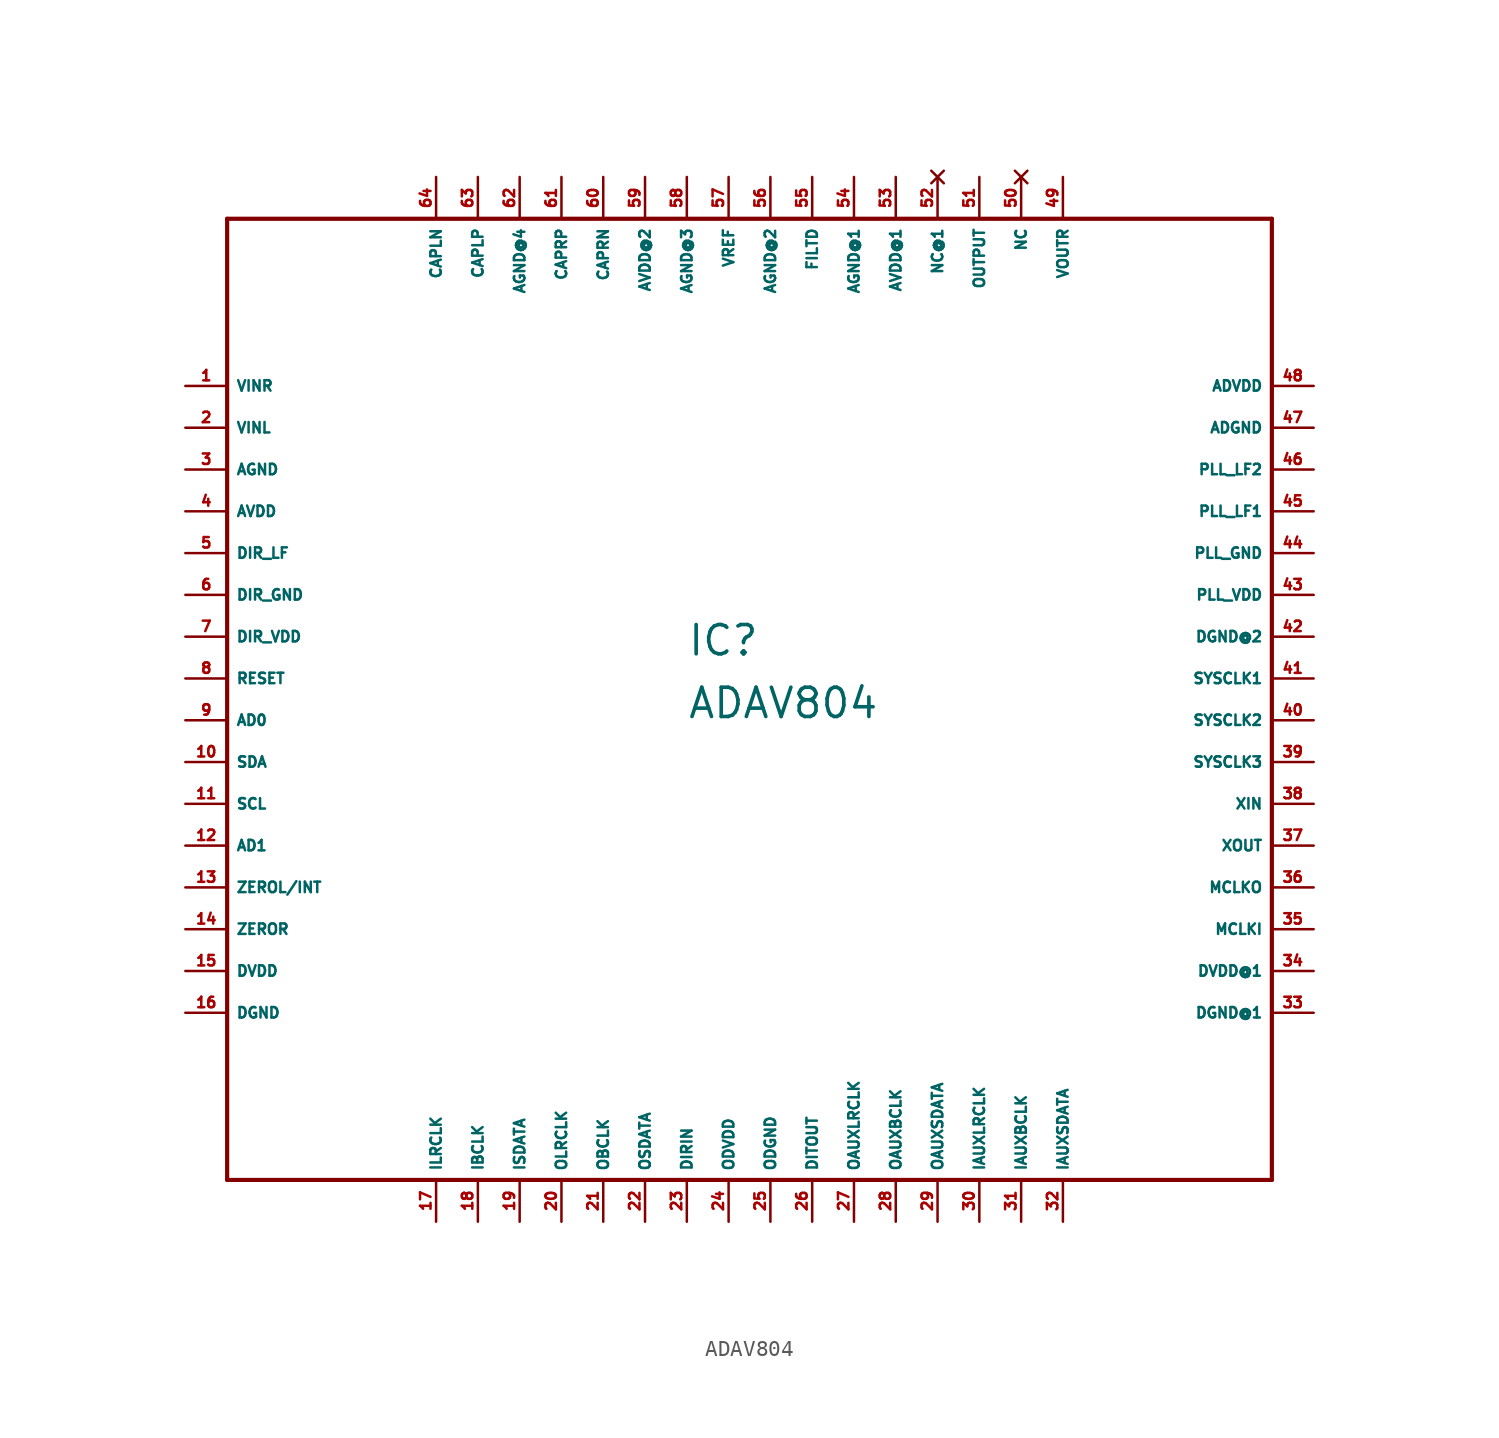
<source format=kicad_sym>
(kicad_symbol_lib
  (version 20220914)
  (generator Eagle2Kicad)
  (symbol "ADAV804"
    (property "Reference" "IC"
      (at -5.08 1.27 0)
      (effects (font (size 1.778 1.778) (thickness 0.22)) (justify left bottom)))
    (property "Value" "ADAV804"
      (at -5.08 -2.54 0)
      (effects (font (size 1.778 1.778) (thickness 0.22)) (justify left bottom)))
    (polyline
      (pts (xy -33.02 -30.48) (xy 30.48 -30.48))
      (stroke (width 0.254) (type default))
      (fill (type none)))
    (polyline
      (pts (xy 30.48 -30.48) (xy 30.48 27.94))
      (stroke (width 0.254) (type default))
      (fill (type none)))
    (polyline
      (pts (xy 30.48 27.94) (xy -33.02 27.94))
      (stroke (width 0.254) (type default))
      (fill (type none)))
    (polyline
      (pts (xy -33.02 27.94) (xy -33.02 -30.48))
      (stroke (width 0.254) (type default))
      (fill (type none)))
    (pin input line
      (at -35.56 17.78 0)
      (length 2.54)
      (name "VINR" (effects (font (size 0.635 0.635) (thickness 0.08)) (justify left bottom)))
      (number "1" (effects (font (size 0.635 0.635) (thickness 0.08)) (justify left bottom))))
    (pin input line
      (at -35.56 15.24 0)
      (length 2.54)
      (name "VINL" (effects (font (size 0.635 0.635) (thickness 0.08)) (justify left bottom)))
      (number "2" (effects (font (size 0.635 0.635) (thickness 0.08)) (justify left bottom))))
    (pin unspecified line
      (at -35.56 12.7 0)
      (length 2.54)
      (name "AGND" (effects (font (size 0.635 0.635) (thickness 0.08)) (justify left bottom)))
      (number "3" (effects (font (size 0.635 0.635) (thickness 0.08)) (justify left bottom))))
    (pin unspecified line
      (at -35.56 10.16 0)
      (length 2.54)
      (name "AVDD" (effects (font (size 0.635 0.635) (thickness 0.08)) (justify left bottom)))
      (number "4" (effects (font (size 0.635 0.635) (thickness 0.08)) (justify left bottom))))
    (pin input line
      (at -35.56 7.62 0)
      (length 2.54)
      (name "DIR_LF" (effects (font (size 0.635 0.635) (thickness 0.08)) (justify left bottom)))
      (number "5" (effects (font (size 0.635 0.635) (thickness 0.08)) (justify left bottom))))
    (pin input line
      (at -35.56 5.08 0)
      (length 2.54)
      (name "DIR_GND" (effects (font (size 0.635 0.635) (thickness 0.08)) (justify left bottom)))
      (number "6" (effects (font (size 0.635 0.635) (thickness 0.08)) (justify left bottom))))
    (pin input line
      (at -35.56 2.54 0)
      (length 2.54)
      (name "DIR_VDD" (effects (font (size 0.635 0.635) (thickness 0.08)) (justify left bottom)))
      (number "7" (effects (font (size 0.635 0.635) (thickness 0.08)) (justify left bottom))))
    (pin input line
      (at -35.56 0 0)
      (length 2.54)
      (name "RESET" (effects (font (size 0.635 0.635) (thickness 0.08)) (justify left bottom)))
      (number "8" (effects (font (size 0.635 0.635) (thickness 0.08)) (justify left bottom))))
    (pin input line
      (at -35.56 -2.54 0)
      (length 2.54)
      (name "AD0" (effects (font (size 0.635 0.635) (thickness 0.08)) (justify left bottom)))
      (number "9" (effects (font (size 0.635 0.635) (thickness 0.08)) (justify left bottom))))
    (pin bidirectional line
      (at -35.56 -5.08 0)
      (length 2.54)
      (name "SDA" (effects (font (size 0.635 0.635) (thickness 0.08)) (justify left bottom)))
      (number "10" (effects (font (size 0.635 0.635) (thickness 0.08)) (justify left bottom))))
    (pin input line
      (at -35.56 -7.62 0)
      (length 2.54)
      (name "SCL" (effects (font (size 0.635 0.635) (thickness 0.08)) (justify left bottom)))
      (number "11" (effects (font (size 0.635 0.635) (thickness 0.08)) (justify left bottom))))
    (pin input line
      (at -35.56 -10.16 0)
      (length 2.54)
      (name "AD1" (effects (font (size 0.635 0.635) (thickness 0.08)) (justify left bottom)))
      (number "12" (effects (font (size 0.635 0.635) (thickness 0.08)) (justify left bottom))))
    (pin output line
      (at -35.56 -12.7 0)
      (length 2.54)
      (name "ZEROL/INT" (effects (font (size 0.635 0.635) (thickness 0.08)) (justify left bottom)))
      (number "13" (effects (font (size 0.635 0.635) (thickness 0.08)) (justify left bottom))))
    (pin output line
      (at -35.56 -15.24 0)
      (length 2.54)
      (name "ZEROR" (effects (font (size 0.635 0.635) (thickness 0.08)) (justify left bottom)))
      (number "14" (effects (font (size 0.635 0.635) (thickness 0.08)) (justify left bottom))))
    (pin unspecified line
      (at -35.56 -17.78 0)
      (length 2.54)
      (name "DVDD" (effects (font (size 0.635 0.635) (thickness 0.08)) (justify left bottom)))
      (number "15" (effects (font (size 0.635 0.635) (thickness 0.08)) (justify left bottom))))
    (pin unspecified line
      (at -35.56 -20.32 0)
      (length 2.54)
      (name "DGND" (effects (font (size 0.635 0.635) (thickness 0.08)) (justify left bottom)))
      (number "16" (effects (font (size 0.635 0.635) (thickness 0.08)) (justify left bottom))))
    (pin bidirectional line
      (at -20.32 -33.02 90)
      (length 2.54)
      (name "ILRCLK" (effects (font (size 0.635 0.635) (thickness 0.08)) (justify left bottom)))
      (number "17" (effects (font (size 0.635 0.635) (thickness 0.08)) (justify left bottom))))
    (pin bidirectional line
      (at -17.78 -33.02 90)
      (length 2.54)
      (name "IBCLK" (effects (font (size 0.635 0.635) (thickness 0.08)) (justify left bottom)))
      (number "18" (effects (font (size 0.635 0.635) (thickness 0.08)) (justify left bottom))))
    (pin input line
      (at -15.24 -33.02 90)
      (length 2.54)
      (name "ISDATA" (effects (font (size 0.635 0.635) (thickness 0.08)) (justify left bottom)))
      (number "19" (effects (font (size 0.635 0.635) (thickness 0.08)) (justify left bottom))))
    (pin bidirectional line
      (at -12.7 -33.02 90)
      (length 2.54)
      (name "OLRCLK" (effects (font (size 0.635 0.635) (thickness 0.08)) (justify left bottom)))
      (number "20" (effects (font (size 0.635 0.635) (thickness 0.08)) (justify left bottom))))
    (pin bidirectional line
      (at -10.16 -33.02 90)
      (length 2.54)
      (name "OBCLK" (effects (font (size 0.635 0.635) (thickness 0.08)) (justify left bottom)))
      (number "21" (effects (font (size 0.635 0.635) (thickness 0.08)) (justify left bottom))))
    (pin output line
      (at -7.62 -33.02 90)
      (length 2.54)
      (name "OSDATA" (effects (font (size 0.635 0.635) (thickness 0.08)) (justify left bottom)))
      (number "22" (effects (font (size 0.635 0.635) (thickness 0.08)) (justify left bottom))))
    (pin input line
      (at -5.08 -33.02 90)
      (length 2.54)
      (name "DIRIN" (effects (font (size 0.635 0.635) (thickness 0.08)) (justify left bottom)))
      (number "23" (effects (font (size 0.635 0.635) (thickness 0.08)) (justify left bottom))))
    (pin unspecified line
      (at -2.54 -33.02 90)
      (length 2.54)
      (name "ODVDD" (effects (font (size 0.635 0.635) (thickness 0.08)) (justify left bottom)))
      (number "24" (effects (font (size 0.635 0.635) (thickness 0.08)) (justify left bottom))))
    (pin unspecified line
      (at 0 -33.02 90)
      (length 2.54)
      (name "ODGND" (effects (font (size 0.635 0.635) (thickness 0.08)) (justify left bottom)))
      (number "25" (effects (font (size 0.635 0.635) (thickness 0.08)) (justify left bottom))))
    (pin output line
      (at 2.54 -33.02 90)
      (length 2.54)
      (name "DITOUT" (effects (font (size 0.635 0.635) (thickness 0.08)) (justify left bottom)))
      (number "26" (effects (font (size 0.635 0.635) (thickness 0.08)) (justify left bottom))))
    (pin bidirectional line
      (at 5.08 -33.02 90)
      (length 2.54)
      (name "OAUXLRCLK" (effects (font (size 0.635 0.635) (thickness 0.08)) (justify left bottom)))
      (number "27" (effects (font (size 0.635 0.635) (thickness 0.08)) (justify left bottom))))
    (pin bidirectional line
      (at 7.62 -33.02 90)
      (length 2.54)
      (name "OAUXBCLK" (effects (font (size 0.635 0.635) (thickness 0.08)) (justify left bottom)))
      (number "28" (effects (font (size 0.635 0.635) (thickness 0.08)) (justify left bottom))))
    (pin output line
      (at 10.16 -33.02 90)
      (length 2.54)
      (name "OAUXSDATA" (effects (font (size 0.635 0.635) (thickness 0.08)) (justify left bottom)))
      (number "29" (effects (font (size 0.635 0.635) (thickness 0.08)) (justify left bottom))))
    (pin bidirectional line
      (at 12.7 -33.02 90)
      (length 2.54)
      (name "IAUXLRCLK" (effects (font (size 0.635 0.635) (thickness 0.08)) (justify left bottom)))
      (number "30" (effects (font (size 0.635 0.635) (thickness 0.08)) (justify left bottom))))
    (pin bidirectional line
      (at 15.24 -33.02 90)
      (length 2.54)
      (name "IAUXBCLK" (effects (font (size 0.635 0.635) (thickness 0.08)) (justify left bottom)))
      (number "31" (effects (font (size 0.635 0.635) (thickness 0.08)) (justify left bottom))))
    (pin input line
      (at 17.78 -33.02 90)
      (length 2.54)
      (name "IAUXSDATA" (effects (font (size 0.635 0.635) (thickness 0.08)) (justify left bottom)))
      (number "32" (effects (font (size 0.635 0.635) (thickness 0.08)) (justify left bottom))))
    (pin unspecified line
      (at 33.02 -20.32 180)
      (length 2.54)
      (name "DGND@1" (effects (font (size 0.635 0.635) (thickness 0.08)) (justify left bottom)))
      (number "33" (effects (font (size 0.635 0.635) (thickness 0.08)) (justify left bottom))))
    (pin unspecified line
      (at 33.02 -17.78 180)
      (length 2.54)
      (name "DVDD@1" (effects (font (size 0.635 0.635) (thickness 0.08)) (justify left bottom)))
      (number "34" (effects (font (size 0.635 0.635) (thickness 0.08)) (justify left bottom))))
    (pin input line
      (at 33.02 -15.24 180)
      (length 2.54)
      (name "MCLKI" (effects (font (size 0.635 0.635) (thickness 0.08)) (justify left bottom)))
      (number "35" (effects (font (size 0.635 0.635) (thickness 0.08)) (justify left bottom))))
    (pin output line
      (at 33.02 -12.7 180)
      (length 2.54)
      (name "MCLKO" (effects (font (size 0.635 0.635) (thickness 0.08)) (justify left bottom)))
      (number "36" (effects (font (size 0.635 0.635) (thickness 0.08)) (justify left bottom))))
    (pin input line
      (at 33.02 -10.16 180)
      (length 2.54)
      (name "XOUT" (effects (font (size 0.635 0.635) (thickness 0.08)) (justify left bottom)))
      (number "37" (effects (font (size 0.635 0.635) (thickness 0.08)) (justify left bottom))))
    (pin input line
      (at 33.02 -7.62 180)
      (length 2.54)
      (name "XIN" (effects (font (size 0.635 0.635) (thickness 0.08)) (justify left bottom)))
      (number "38" (effects (font (size 0.635 0.635) (thickness 0.08)) (justify left bottom))))
    (pin output line
      (at 33.02 -5.08 180)
      (length 2.54)
      (name "SYSCLK3" (effects (font (size 0.635 0.635) (thickness 0.08)) (justify left bottom)))
      (number "39" (effects (font (size 0.635 0.635) (thickness 0.08)) (justify left bottom))))
    (pin output line
      (at 33.02 -2.54 180)
      (length 2.54)
      (name "SYSCLK2" (effects (font (size 0.635 0.635) (thickness 0.08)) (justify left bottom)))
      (number "40" (effects (font (size 0.635 0.635) (thickness 0.08)) (justify left bottom))))
    (pin output line
      (at 33.02 0 180)
      (length 2.54)
      (name "SYSCLK1" (effects (font (size 0.635 0.635) (thickness 0.08)) (justify left bottom)))
      (number "41" (effects (font (size 0.635 0.635) (thickness 0.08)) (justify left bottom))))
    (pin input line
      (at 33.02 2.54 180)
      (length 2.54)
      (name "DGND@2" (effects (font (size 0.635 0.635) (thickness 0.08)) (justify left bottom)))
      (number "42" (effects (font (size 0.635 0.635) (thickness 0.08)) (justify left bottom))))
    (pin input line
      (at 33.02 5.08 180)
      (length 2.54)
      (name "PLL_VDD" (effects (font (size 0.635 0.635) (thickness 0.08)) (justify left bottom)))
      (number "43" (effects (font (size 0.635 0.635) (thickness 0.08)) (justify left bottom))))
    (pin input line
      (at 33.02 7.62 180)
      (length 2.54)
      (name "PLL_GND" (effects (font (size 0.635 0.635) (thickness 0.08)) (justify left bottom)))
      (number "44" (effects (font (size 0.635 0.635) (thickness 0.08)) (justify left bottom))))
    (pin input line
      (at 33.02 10.16 180)
      (length 2.54)
      (name "PLL_LF1" (effects (font (size 0.635 0.635) (thickness 0.08)) (justify left bottom)))
      (number "45" (effects (font (size 0.635 0.635) (thickness 0.08)) (justify left bottom))))
    (pin input line
      (at 33.02 12.7 180)
      (length 2.54)
      (name "PLL_LF2" (effects (font (size 0.635 0.635) (thickness 0.08)) (justify left bottom)))
      (number "46" (effects (font (size 0.635 0.635) (thickness 0.08)) (justify left bottom))))
    (pin unspecified line
      (at 33.02 15.24 180)
      (length 2.54)
      (name "ADGND" (effects (font (size 0.635 0.635) (thickness 0.08)) (justify left bottom)))
      (number "47" (effects (font (size 0.635 0.635) (thickness 0.08)) (justify left bottom))))
    (pin unspecified line
      (at 33.02 17.78 180)
      (length 2.54)
      (name "ADVDD" (effects (font (size 0.635 0.635) (thickness 0.08)) (justify left bottom)))
      (number "48" (effects (font (size 0.635 0.635) (thickness 0.08)) (justify left bottom))))
    (pin output line
      (at 17.78 30.48 270)
      (length 2.54)
      (name "VOUTR" (effects (font (size 0.635 0.635) (thickness 0.08)) (justify left bottom)))
      (number "49" (effects (font (size 0.635 0.635) (thickness 0.08)) (justify left bottom))))
    (pin no_connect line
      (at 15.24 30.48 270)
      (length 2.54)
      (name "NC" (effects (font (size 0.635 0.635) (thickness 0.08)) (justify left bottom) hide))
      (number "50" (effects (font (size 0.635 0.635) (thickness 0.08)) (justify left bottom) hide)))
    (pin input line
      (at 12.7 30.48 270)
      (length 2.54)
      (name "OUTPUT" (effects (font (size 0.635 0.635) (thickness 0.08)) (justify left bottom)))
      (number "51" (effects (font (size 0.635 0.635) (thickness 0.08)) (justify left bottom))))
    (pin no_connect line
      (at 10.16 30.48 270)
      (length 2.54)
      (name "NC@1" (effects (font (size 0.635 0.635) (thickness 0.08)) (justify left bottom) hide))
      (number "52" (effects (font (size 0.635 0.635) (thickness 0.08)) (justify left bottom) hide)))
    (pin unspecified line
      (at 7.62 30.48 270)
      (length 2.54)
      (name "AVDD@1" (effects (font (size 0.635 0.635) (thickness 0.08)) (justify left bottom)))
      (number "53" (effects (font (size 0.635 0.635) (thickness 0.08)) (justify left bottom))))
    (pin unspecified line
      (at 5.08 30.48 270)
      (length 2.54)
      (name "AGND@1" (effects (font (size 0.635 0.635) (thickness 0.08)) (justify left bottom)))
      (number "54" (effects (font (size 0.635 0.635) (thickness 0.08)) (justify left bottom))))
    (pin input line
      (at 2.54 30.48 270)
      (length 2.54)
      (name "FILTD" (effects (font (size 0.635 0.635) (thickness 0.08)) (justify left bottom)))
      (number "55" (effects (font (size 0.635 0.635) (thickness 0.08)) (justify left bottom))))
    (pin unspecified line
      (at 0 30.48 270)
      (length 2.54)
      (name "AGND@2" (effects (font (size 0.635 0.635) (thickness 0.08)) (justify left bottom)))
      (number "56" (effects (font (size 0.635 0.635) (thickness 0.08)) (justify left bottom))))
    (pin input line
      (at -2.54 30.48 270)
      (length 2.54)
      (name "VREF" (effects (font (size 0.635 0.635) (thickness 0.08)) (justify left bottom)))
      (number "57" (effects (font (size 0.635 0.635) (thickness 0.08)) (justify left bottom))))
    (pin unspecified line
      (at -5.08 30.48 270)
      (length 2.54)
      (name "AGND@3" (effects (font (size 0.635 0.635) (thickness 0.08)) (justify left bottom)))
      (number "58" (effects (font (size 0.635 0.635) (thickness 0.08)) (justify left bottom))))
    (pin input line
      (at -7.62 30.48 270)
      (length 2.54)
      (name "AVDD@2" (effects (font (size 0.635 0.635) (thickness 0.08)) (justify left bottom)))
      (number "59" (effects (font (size 0.635 0.635) (thickness 0.08)) (justify left bottom))))
    (pin input line
      (at -10.16 30.48 270)
      (length 2.54)
      (name "CAPRN" (effects (font (size 0.635 0.635) (thickness 0.08)) (justify left bottom)))
      (number "60" (effects (font (size 0.635 0.635) (thickness 0.08)) (justify left bottom))))
    (pin input line
      (at -12.7 30.48 270)
      (length 2.54)
      (name "CAPRP" (effects (font (size 0.635 0.635) (thickness 0.08)) (justify left bottom)))
      (number "61" (effects (font (size 0.635 0.635) (thickness 0.08)) (justify left bottom))))
    (pin unspecified line
      (at -15.24 30.48 270)
      (length 2.54)
      (name "AGND@4" (effects (font (size 0.635 0.635) (thickness 0.08)) (justify left bottom)))
      (number "62" (effects (font (size 0.635 0.635) (thickness 0.08)) (justify left bottom))))
    (pin input line
      (at -17.78 30.48 270)
      (length 2.54)
      (name "CAPLP" (effects (font (size 0.635 0.635) (thickness 0.08)) (justify left bottom)))
      (number "63" (effects (font (size 0.635 0.635) (thickness 0.08)) (justify left bottom))))
    (pin input line
      (at -20.32 30.48 270)
      (length 2.54)
      (name "CAPLN" (effects (font (size 0.635 0.635) (thickness 0.08)) (justify left bottom)))
      (number "64" (effects (font (size 0.635 0.635) (thickness 0.08)) (justify left bottom))))))
</source>
